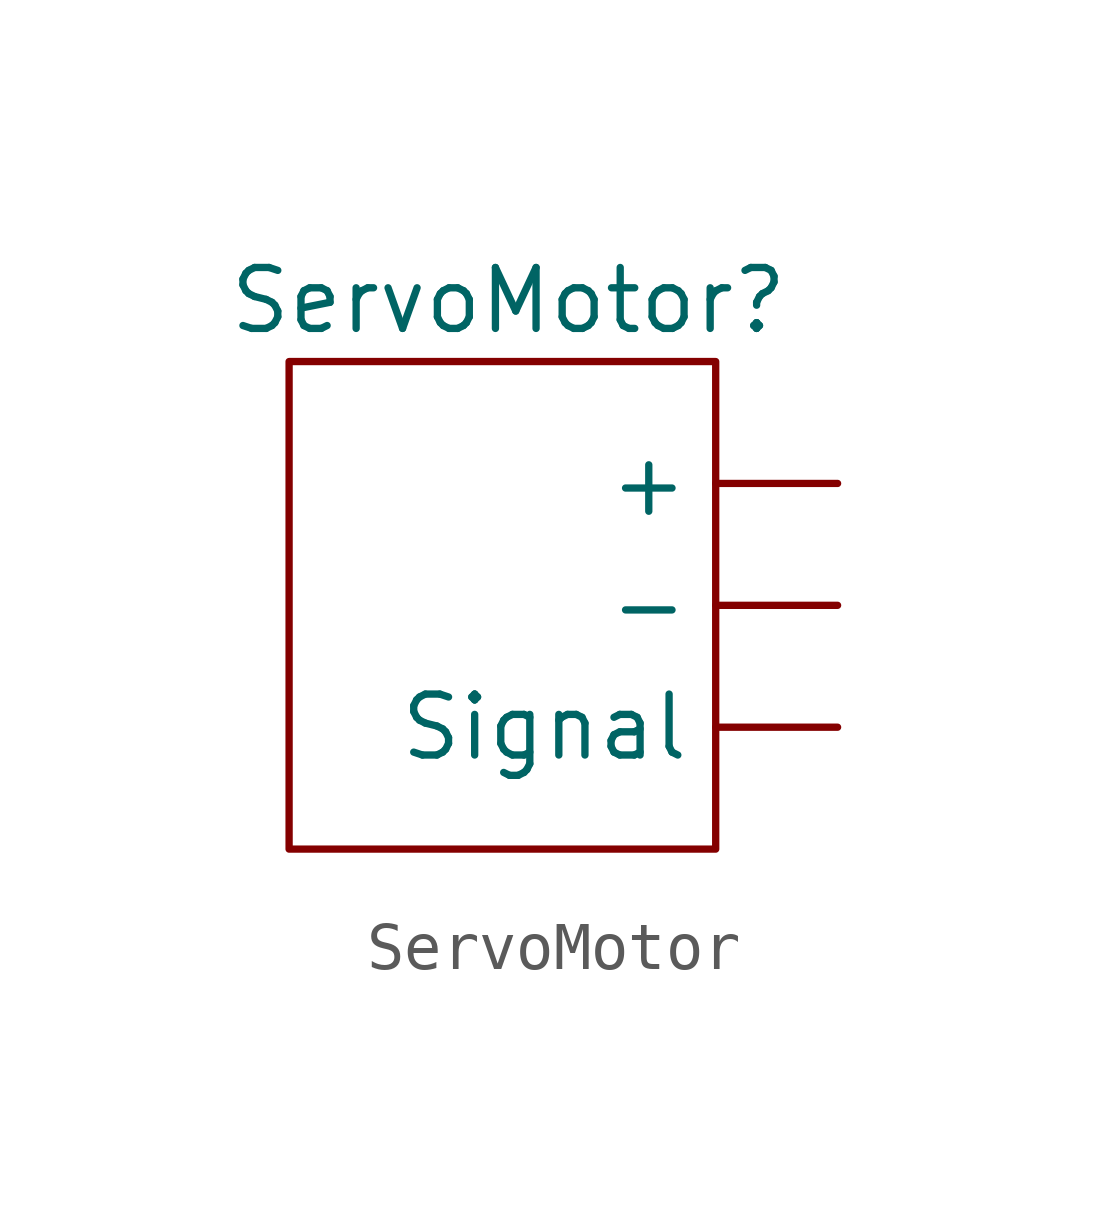
<source format=kicad_sym>
(kicad_symbol_lib
  (version 20231120)
  (generator "kicad_symbol_editor")
  (generator_version "8.0")
  (symbol "ServoMotor"
    (property "Reference" "ServoMotor"
      (at 0.762 3.81 0)
      (effects (font (size 1.27 1.27))))
    (property "Value" ""
      (at 0 0 0)
      (effects (font (size 1.27 1.27))))
    (symbol "ServoMotor_0_1"
      (rectangle (start -3.81 2.54) (end 5.08 -7.62) (stroke (width 0) (type default)) (fill (type none))))
    (symbol "ServoMotor_1_1"
      (pin power_out line (at 7.62 0 180) (length 2.54) (name "+" (effects (font (size 1.27 1.27)))) (number "" (effects (font (size 1.27 1.27)))))
      (pin power_out line (at 7.62 -2.54 180) (length 2.54) (name "-" (effects (font (size 1.27 1.27)))) (number "" (effects (font (size 1.27 1.27)))))
      (pin power_out line (at 7.62 -5.08 180) (length 2.54) (name "Signal" (effects (font (size 1.27 1.27)))) (number "" (effects (font (size 1.27 1.27))))))))
</source>
